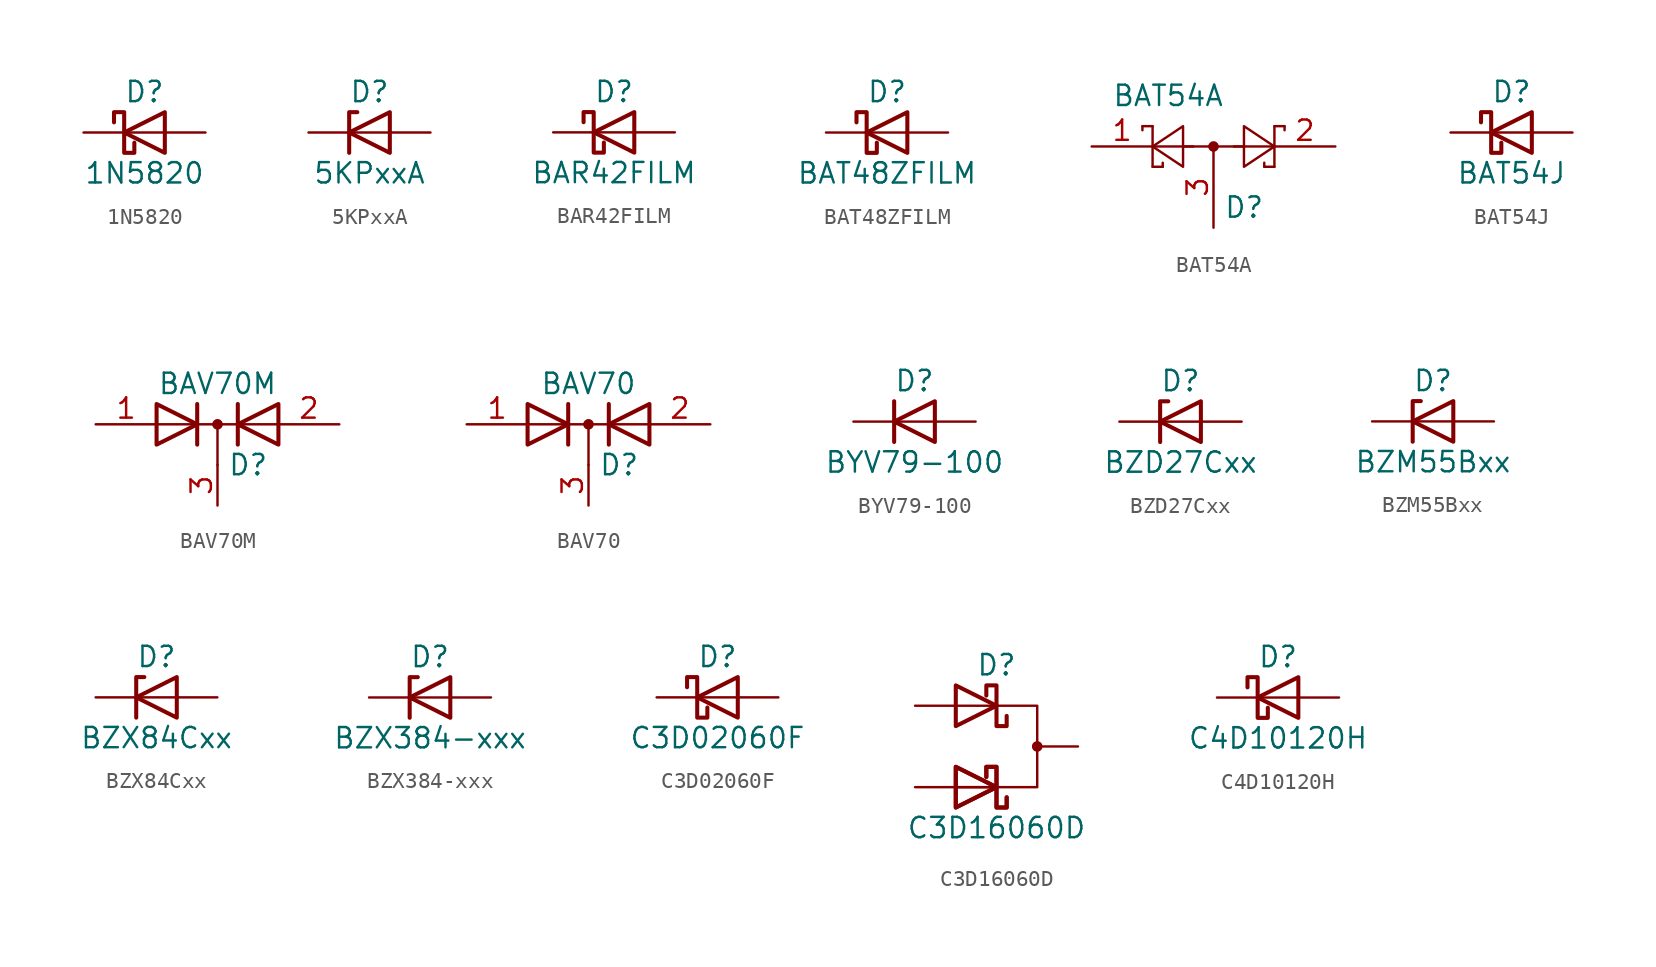
<source format=kicad_sym>
(kicad_symbol_lib
  (version 20201005)
  (generator kicad_symbol_editor)
  (symbol "1N5820"
    (pin_numbers hide)
    (pin_names
      (offset 1.016) hide)
    (property "Reference" "D"
      (at 0 2.54 0)
      (effects (font (size 1.27 1.27))))
    (property "Value" "1N5820"
      (at 0 -2.54 0)
      (effects (font (size 1.27 1.27))))
    (symbol "1N5820_0_1"
      (polyline (pts (xy 1.27 0) (xy -1.27 0)) (stroke (width 0)) (fill (type none)))
      (polyline (pts (xy 1.27 1.27) (xy 1.27 -1.27) (xy -1.27 0) (xy 1.27 1.27)) (stroke (width 0.254)) (fill (type none)))
      (polyline (pts (xy -1.905 0.635) (xy -1.905 1.27) (xy -1.27 1.27) (xy -1.27 -1.27) (xy -0.635 -1.27) (xy -0.635 -0.635)) (stroke (width 0.254)) (fill (type none))))
    (symbol "1N5820_1_1"
      (pin passive line (at -3.81 0 0) (length 2.54) (name "K" (effects (font (size 1.27 1.27)))) (number "1" (effects (font (size 1.27 1.27)))))
      (pin passive line (at 3.81 0 180) (length 2.54) (name "A" (effects (font (size 1.27 1.27)))) (number "2" (effects (font (size 1.27 1.27)))))))
  (symbol "5KPxxA"
    (pin_numbers hide)
    (pin_names
      (offset 1.016) hide)
    (property "Reference" "D"
      (at 0 2.54 0)
      (effects (font (size 1.27 1.27))))
    (property "Value" "5KPxxA"
      (at 0 -2.54 0)
      (effects (font (size 1.27 1.27))))
    (symbol "5KPxxA_0_1"
      (polyline (pts (xy 1.27 0) (xy -1.27 0)) (stroke (width 0)) (fill (type none)))
      (polyline (pts (xy -0.762 1.27) (xy -1.27 1.27) (xy -1.27 -1.27)) (stroke (width 0.254)) (fill (type none)))
      (polyline (pts (xy 1.27 1.27) (xy 1.27 -1.27) (xy -1.27 0) (xy 1.27 1.27)) (stroke (width 0.254)) (fill (type none))))
    (symbol "5KPxxA_1_1"
      (pin passive line (at -3.81 0 0) (length 2.54) (name "A1" (effects (font (size 1.27 1.27)))) (number "1" (effects (font (size 1.27 1.27)))))
      (pin passive line (at 3.81 0 180) (length 2.54) (name "A2" (effects (font (size 1.27 1.27)))) (number "2" (effects (font (size 1.27 1.27)))))))
  (symbol "BAR42FILM"
    (pin_numbers hide)
    (pin_names
      (offset 1.016) hide)
    (property "Reference" "D"
      (at 0 2.54 0)
      (effects (font (size 1.27 1.27))))
    (property "Value" "BAR42FILM"
      (at 0 -2.54 0)
      (effects (font (size 1.27 1.27))))
    (symbol "BAR42FILM_0_1"
      (polyline (pts (xy 1.27 0) (xy -1.27 0)) (stroke (width 0)) (fill (type none)))
      (polyline (pts (xy 1.27 1.27) (xy 1.27 -1.27) (xy -1.27 0) (xy 1.27 1.27)) (stroke (width 0.254)) (fill (type none)))
      (polyline (pts (xy -1.905 0.635) (xy -1.905 1.27) (xy -1.27 1.27) (xy -1.27 -1.27) (xy -0.635 -1.27) (xy -0.635 -0.635)) (stroke (width 0.254)) (fill (type none))))
    (symbol "BAR42FILM_1_1"
      (pin passive line (at 3.81 0 180) (length 2.54) (name "A" (effects (font (size 1.27 1.27)))) (number "1" (effects (font (size 1.27 1.27)))))
      (pin no_connect line (at 3.81 2.54 180) (length 2.54) hide (name "NC" (effects (font (size 1.27 1.27)))) (number "2" (effects (font (size 1.27 1.27)))))
      (pin passive line (at -3.81 0 0) (length 2.54) (name "K" (effects (font (size 1.27 1.27)))) (number "3" (effects (font (size 1.27 1.27)))))))
  (symbol "BAT48ZFILM"
    (pin_numbers hide)
    (pin_names
      (offset 1.016) hide)
    (property "Reference" "D"
      (at 0 2.54 0)
      (effects (font (size 1.27 1.27))))
    (property "Value" "BAT48ZFILM"
      (at 0 -2.54 0)
      (effects (font (size 1.27 1.27))))
    (symbol "BAT48ZFILM_0_1"
      (polyline (pts (xy 1.27 0) (xy -1.27 0)) (stroke (width 0)) (fill (type none)))
      (polyline (pts (xy 1.27 1.27) (xy 1.27 -1.27) (xy -1.27 0) (xy 1.27 1.27)) (stroke (width 0.254)) (fill (type none)))
      (polyline (pts (xy -1.905 0.635) (xy -1.905 1.27) (xy -1.27 1.27) (xy -1.27 -1.27) (xy -0.635 -1.27) (xy -0.635 -0.635)) (stroke (width 0.254)) (fill (type none))))
    (symbol "BAT48ZFILM_1_1"
      (pin passive line (at -3.81 0 0) (length 2.54) (name "K" (effects (font (size 1.27 1.27)))) (number "1" (effects (font (size 1.27 1.27)))))
      (pin passive line (at 3.81 0 180) (length 2.54) (name "A" (effects (font (size 1.27 1.27)))) (number "2" (effects (font (size 1.27 1.27)))))))
  (symbol "BAT54A"
    (pin_names
      (offset 1.016))
    (property "Reference" "D"
      (at 0.635 -3.81 0)
      (effects (font (size 1.27 1.27)) (justify left)))
    (property "Value" "BAT54A"
      (at -6.35 3.175 0)
      (effects (font (size 1.27 1.27)) (justify left)))
    (symbol "BAT54A_0_1"
      (circle (center 0 0) (radius 0.254) (stroke (width 0)) (fill (type outline)))
      (polyline (pts (xy -4.445 1.27) (xy -4.445 1.016)) (stroke (width 0)) (fill (type none)))
      (polyline (pts (xy -3.81 -1.27) (xy -3.81 1.27)) (stroke (width 0)) (fill (type none)))
      (polyline (pts (xy -3.81 -1.27) (xy -3.175 -1.27)) (stroke (width 0)) (fill (type none)))
      (polyline (pts (xy -3.81 0) (xy -1.27 0)) (stroke (width 0)) (fill (type none)))
      (polyline (pts (xy -3.81 1.27) (xy -4.445 1.27)) (stroke (width 0)) (fill (type none)))
      (polyline (pts (xy -3.175 -1.27) (xy -3.175 -1.016)) (stroke (width 0)) (fill (type none)))
      (polyline (pts (xy -1.905 0) (xy 1.905 0)) (stroke (width 0)) (fill (type none)))
      (polyline (pts (xy 1.27 0) (xy 3.81 0)) (stroke (width 0)) (fill (type none)))
      (polyline (pts (xy 3.175 -1.27) (xy 3.175 -1.016)) (stroke (width 0)) (fill (type none)))
      (polyline (pts (xy 3.81 -1.27) (xy 3.175 -1.27)) (stroke (width 0)) (fill (type none)))
      (polyline (pts (xy 3.81 -1.27) (xy 3.81 1.27)) (stroke (width 0)) (fill (type none)))
      (polyline (pts (xy 3.81 1.27) (xy 4.445 1.27)) (stroke (width 0)) (fill (type none)))
      (polyline (pts (xy 4.445 1.27) (xy 4.445 1.016)) (stroke (width 0)) (fill (type none)))
      (polyline (pts (xy -1.905 1.27) (xy -1.905 -1.27) (xy -3.81 0) (xy -1.905 1.27)) (stroke (width 0)) (fill (type none)))
      (polyline (pts (xy 1.905 1.27) (xy 1.905 -1.27) (xy 3.81 0) (xy 1.905 1.27)) (stroke (width 0)) (fill (type none))))
    (symbol "BAT54A_1_1"
      (pin passive line (at -7.62 0 0) (length 3.81) (name "~" (effects (font (size 1.27 1.27)))) (number "1" (effects (font (size 1.27 1.27)))))
      (pin passive line (at 7.62 0 180) (length 3.81) (name "~" (effects (font (size 1.27 1.27)))) (number "2" (effects (font (size 1.27 1.27)))))
      (pin passive line (at 0 -5.08 90) (length 5.08) (name "~" (effects (font (size 1.27 1.27)))) (number "3" (effects (font (size 1.27 1.27)))))))
  (symbol "BAT54J"
    (pin_numbers hide)
    (pin_names hide)
    (property "Reference" "D"
      (at 0 2.54 0)
      (effects (font (size 1.27 1.27))))
    (property "Value" "BAT54J"
      (at 0 -2.54 0)
      (effects (font (size 1.27 1.27))))
    (symbol "BAT54J_0_1"
      (polyline (pts (xy 1.27 0) (xy -1.27 0)) (stroke (width 0)) (fill (type none)))
      (polyline (pts (xy 1.27 1.27) (xy 1.27 -1.27) (xy -1.27 0) (xy 1.27 1.27)) (stroke (width 0.254)) (fill (type none)))
      (polyline (pts (xy -1.905 0.635) (xy -1.905 1.27) (xy -1.27 1.27) (xy -1.27 -1.27) (xy -0.635 -1.27) (xy -0.635 -0.635)) (stroke (width 0.254)) (fill (type none))))
    (symbol "BAT54J_1_1"
      (pin passive line (at -3.81 0 0) (length 2.54) (name "K" (effects (font (size 1.27 1.27)))) (number "1" (effects (font (size 1.27 1.27)))))
      (pin passive line (at 3.81 0 180) (length 2.54) (name "A" (effects (font (size 1.27 1.27)))) (number "2" (effects (font (size 1.27 1.27)))))))
  (symbol "BAV70M"
    (pin_names
      (offset 0.762) hide)
    (property "Reference" "D"
      (at 0.635 -2.54 0)
      (effects (font (size 1.27 1.27)) (justify left)))
    (property "Value" "BAV70M"
      (at 0 2.54 0)
      (effects (font (size 1.27 1.27))))
    (symbol "BAV70M_0_1"
      (circle (center 0 0) (radius 0.254) (stroke (width 0)) (fill (type outline)))
      (polyline (pts (xy -3.81 0) (xy 3.81 0)) (stroke (width 0)) (fill (type none)))
      (polyline (pts (xy 0 0) (xy 0 -2.54)) (stroke (width 0)) (fill (type none)))
      (polyline (pts (xy -1.27 -1.27) (xy -1.27 1.27) (xy -1.27 1.27)) (stroke (width 0.254)) (fill (type none)))
      (polyline (pts (xy 1.27 -1.27) (xy 1.27 1.27) (xy 1.27 1.27)) (stroke (width 0.254)) (fill (type none)))
      (polyline (pts (xy -3.81 1.27) (xy -1.27 0) (xy -3.81 -1.27) (xy -3.81 1.27) (xy -3.81 1.27) (xy -3.81 1.27)) (stroke (width 0.254)) (fill (type none)))
      (polyline (pts (xy 3.81 -1.27) (xy 1.27 0) (xy 3.81 1.27) (xy 3.81 -1.27) (xy 3.81 -1.27) (xy 3.81 -1.27)) (stroke (width 0.254)) (fill (type none)))
      (pin passive line (at -7.62 0 0) (length 3.81) (name "A" (effects (font (size 1.27 1.27)))) (number "1" (effects (font (size 1.27 1.27)))))
      (pin passive line (at 7.62 0 180) (length 3.81) (name "A" (effects (font (size 1.27 1.27)))) (number "2" (effects (font (size 1.27 1.27)))))
      (pin passive line (at 0 -5.08 90) (length 2.54) (name "K" (effects (font (size 1.27 1.27)))) (number "3" (effects (font (size 1.27 1.27)))))))
  (symbol "BAV70"
    (pin_names
      (offset 0.762) hide)
    (property "Reference" "D"
      (at 0.635 -2.54 0)
      (effects (font (size 1.27 1.27)) (justify left)))
    (property "Value" "BAV70"
      (at 0 2.54 0)
      (effects (font (size 1.27 1.27))))
    (symbol "BAV70_0_1"
      (circle (center 0 0) (radius 0.254) (stroke (width 0)) (fill (type outline)))
      (polyline (pts (xy -3.81 0) (xy 3.81 0)) (stroke (width 0)) (fill (type none)))
      (polyline (pts (xy 0 0) (xy 0 -2.54)) (stroke (width 0)) (fill (type none)))
      (polyline (pts (xy -1.27 -1.27) (xy -1.27 1.27) (xy -1.27 1.27)) (stroke (width 0.254)) (fill (type none)))
      (polyline (pts (xy 1.27 -1.27) (xy 1.27 1.27) (xy 1.27 1.27)) (stroke (width 0.254)) (fill (type none)))
      (polyline (pts (xy -3.81 1.27) (xy -1.27 0) (xy -3.81 -1.27) (xy -3.81 1.27) (xy -3.81 1.27) (xy -3.81 1.27)) (stroke (width 0.254)) (fill (type none)))
      (polyline (pts (xy 3.81 -1.27) (xy 1.27 0) (xy 3.81 1.27) (xy 3.81 -1.27) (xy 3.81 -1.27) (xy 3.81 -1.27)) (stroke (width 0.254)) (fill (type none)))
      (pin passive line (at -7.62 0 0) (length 3.81) (name "A" (effects (font (size 1.27 1.27)))) (number "1" (effects (font (size 1.27 1.27)))))
      (pin passive line (at 7.62 0 180) (length 3.81) (name "A" (effects (font (size 1.27 1.27)))) (number "2" (effects (font (size 1.27 1.27)))))
      (pin passive line (at 0 -5.08 90) (length 2.54) (name "K" (effects (font (size 1.27 1.27)))) (number "3" (effects (font (size 1.27 1.27)))))))
  (symbol "BYV79-100"
    (pin_numbers hide)
    (pin_names
      (offset 1.016) hide)
    (property "Reference" "D"
      (at 0 2.54 0)
      (effects (font (size 1.27 1.27))))
    (property "Value" "BYV79-100"
      (at 0 -2.54 0)
      (effects (font (size 1.27 1.27))))
    (symbol "BYV79-100_0_1"
      (polyline (pts (xy -1.27 1.27) (xy -1.27 -1.27)) (stroke (width 0.254)) (fill (type none)))
      (polyline (pts (xy 1.27 0) (xy -1.27 0)) (stroke (width 0)) (fill (type none)))
      (polyline (pts (xy 1.27 1.27) (xy 1.27 -1.27) (xy -1.27 0) (xy 1.27 1.27)) (stroke (width 0.254)) (fill (type none))))
    (symbol "BYV79-100_1_1"
      (pin passive line (at -3.81 0 0) (length 2.54) (name "K" (effects (font (size 1.27 1.27)))) (number "1" (effects (font (size 1.27 1.27)))))
      (pin passive line (at 3.81 0 180) (length 2.54) (name "A" (effects (font (size 1.27 1.27)))) (number "2" (effects (font (size 1.27 1.27)))))))
  (symbol "BZD27Cxx"
    (pin_numbers hide)
    (pin_names hide)
    (property "Reference" "D"
      (at 0 2.54 0)
      (effects (font (size 1.27 1.27))))
    (property "Value" "BZD27Cxx"
      (at 0 -2.54 0)
      (effects (font (size 1.27 1.27))))
    (symbol "BZD27Cxx_0_1"
      (polyline (pts (xy 1.27 0) (xy -1.27 0)) (stroke (width 0)) (fill (type none)))
      (polyline (pts (xy -1.27 -1.27) (xy -1.27 1.27) (xy -0.762 1.27)) (stroke (width 0.254)) (fill (type none)))
      (polyline (pts (xy 1.27 -1.27) (xy 1.27 1.27) (xy -1.27 0) (xy 1.27 -1.27)) (stroke (width 0.254)) (fill (type none))))
    (symbol "BZD27Cxx_1_1"
      (pin passive line (at -3.81 0 0) (length 2.54) (name "K" (effects (font (size 1.27 1.27)))) (number "1" (effects (font (size 1.27 1.27)))))
      (pin passive line (at 3.81 0 180) (length 2.54) (name "A" (effects (font (size 1.27 1.27)))) (number "2" (effects (font (size 1.27 1.27)))))))
  (symbol "BZM55Bxx"
    (pin_numbers hide)
    (pin_names hide)
    (property "Reference" "D"
      (at 0 2.54 0)
      (effects (font (size 1.27 1.27))))
    (property "Value" "BZM55Bxx"
      (at 0 -2.54 0)
      (effects (font (size 1.27 1.27))))
    (symbol "BZM55Bxx_0_1"
      (polyline (pts (xy 1.27 0) (xy -1.27 0)) (stroke (width 0)) (fill (type none)))
      (polyline (pts (xy -1.27 -1.27) (xy -1.27 1.27) (xy -0.762 1.27)) (stroke (width 0.254)) (fill (type none)))
      (polyline (pts (xy 1.27 -1.27) (xy 1.27 1.27) (xy -1.27 0) (xy 1.27 -1.27)) (stroke (width 0.254)) (fill (type none))))
    (symbol "BZM55Bxx_1_1"
      (pin passive line (at -3.81 0 0) (length 2.54) (name "K" (effects (font (size 1.27 1.27)))) (number "1" (effects (font (size 1.27 1.27)))))
      (pin passive line (at 3.81 0 180) (length 2.54) (name "A" (effects (font (size 1.27 1.27)))) (number "2" (effects (font (size 1.27 1.27)))))))
  (symbol "BZX84Cxx"
    (pin_numbers hide)
    (pin_names
      (offset 1.016) hide)
    (property "Reference" "D"
      (at 0 2.54 0)
      (effects (font (size 1.27 1.27))))
    (property "Value" "BZX84Cxx"
      (at 0 -2.54 0)
      (effects (font (size 1.27 1.27))))
    (symbol "BZX84Cxx_0_1"
      (polyline (pts (xy 1.27 0) (xy -1.27 0)) (stroke (width 0)) (fill (type none)))
      (polyline (pts (xy -1.27 -1.27) (xy -1.27 1.27) (xy -0.762 1.27)) (stroke (width 0.254)) (fill (type none)))
      (polyline (pts (xy 1.27 -1.27) (xy 1.27 1.27) (xy -1.27 0) (xy 1.27 -1.27)) (stroke (width 0.254)) (fill (type none))))
    (symbol "BZX84Cxx_1_1"
      (pin passive line (at -3.81 0 0) (length 2.54) (name "K" (effects (font (size 1.27 1.27)))) (number "1" (effects (font (size 1.27 1.27)))))
      (pin passive line (at 3.81 0 180) (length 2.54) (name "A" (effects (font (size 1.27 1.27)))) (number "2" (effects (font (size 1.27 1.27)))))))
  (symbol "BZX384-xxx"
    (pin_numbers hide)
    (pin_names hide)
    (property "Reference" "D"
      (at 0 2.54 0)
      (effects (font (size 1.27 1.27))))
    (property "Value" "BZX384-xxx"
      (at 0 -2.54 0)
      (effects (font (size 1.27 1.27))))
    (symbol "BZX384-xxx_0_1"
      (polyline (pts (xy 1.27 0) (xy -1.27 0)) (stroke (width 0)) (fill (type none)))
      (polyline (pts (xy -1.27 -1.27) (xy -1.27 1.27) (xy -0.762 1.27)) (stroke (width 0.254)) (fill (type none)))
      (polyline (pts (xy 1.27 -1.27) (xy 1.27 1.27) (xy -1.27 0) (xy 1.27 -1.27)) (stroke (width 0.254)) (fill (type none))))
    (symbol "BZX384-xxx_1_1"
      (pin passive line (at -3.81 0 0) (length 2.54) (name "K" (effects (font (size 1.27 1.27)))) (number "1" (effects (font (size 1.27 1.27)))))
      (pin passive line (at 3.81 0 180) (length 2.54) (name "A" (effects (font (size 1.27 1.27)))) (number "2" (effects (font (size 1.27 1.27)))))))
  (symbol "C3D02060F"
    (pin_numbers hide)
    (pin_names
      (offset 1.016) hide)
    (property "Reference" "D"
      (at 0 2.54 0)
      (effects (font (size 1.27 1.27))))
    (property "Value" "C3D02060F"
      (at 0 -2.54 0)
      (effects (font (size 1.27 1.27))))
    (symbol "C3D02060F_0_1"
      (polyline (pts (xy 1.27 0) (xy -1.27 0)) (stroke (width 0)) (fill (type none)))
      (polyline (pts (xy 1.27 1.27) (xy 1.27 -1.27) (xy -1.27 0) (xy 1.27 1.27)) (stroke (width 0.254)) (fill (type none)))
      (polyline (pts (xy -1.905 0.635) (xy -1.905 1.27) (xy -1.27 1.27) (xy -1.27 -1.27) (xy -0.635 -1.27) (xy -0.635 -0.635)) (stroke (width 0.254)) (fill (type none))))
    (symbol "C3D02060F_1_1"
      (pin passive line (at -3.81 0 0) (length 2.54) (name "K" (effects (font (size 1.27 1.27)))) (number "1" (effects (font (size 1.27 1.27)))))
      (pin passive line (at 3.81 0 180) (length 2.54) (name "A" (effects (font (size 1.27 1.27)))) (number "2" (effects (font (size 1.27 1.27)))))))
  (symbol "C3D16060D"
    (pin_numbers hide)
    (pin_names
      (offset 1.016) hide)
    (property "Reference" "D"
      (at 0 5.08 0)
      (effects (font (size 1.27 1.27))))
    (property "Value" "C3D16060D"
      (at 0 -5.08 0)
      (effects (font (size 1.27 1.27))))
    (symbol "C3D16060D_0_1"
      (circle (center 2.54 0) (radius 0.254) (stroke (width 0)) (fill (type outline)))
      (polyline (pts (xy -2.54 -2.54) (xy 0 -2.54)) (stroke (width 0)) (fill (type none)))
      (polyline (pts (xy -2.54 -2.54) (xy 0 -2.54)) (stroke (width 0)) (fill (type none)))
      (polyline (pts (xy -2.54 2.54) (xy 0 2.54)) (stroke (width 0)) (fill (type none)))
      (polyline (pts (xy -2.54 -3.81) (xy -2.54 -1.27) (xy 0 -2.54) (xy -2.54 -3.81)) (stroke (width 0.254)) (fill (type none)))
      (polyline (pts (xy -2.54 -3.81) (xy -2.54 -1.27) (xy 0 -2.54) (xy -2.54 -3.81)) (stroke (width 0.254)) (fill (type none)))
      (polyline (pts (xy -2.54 1.27) (xy -2.54 3.81) (xy 0 2.54) (xy -2.54 1.27)) (stroke (width 0.254)) (fill (type none)))
      (polyline (pts (xy 0 2.54) (xy 2.54 2.54) (xy 2.54 -2.54) (xy 0 -2.54)) (stroke (width 0)) (fill (type none)))
      (polyline (pts (xy 0.635 -3.175) (xy 0.635 -3.81) (xy 0 -3.81) (xy 0 -1.27) (xy -0.635 -1.27) (xy -0.635 -1.905)) (stroke (width 0.254)) (fill (type none)))
      (polyline (pts (xy 0.635 -3.175) (xy 0.635 -3.81) (xy 0 -3.81) (xy 0 -1.27) (xy -0.635 -1.27) (xy -0.635 -1.905)) (stroke (width 0.254)) (fill (type none)))
      (polyline (pts (xy 0.635 1.905) (xy 0.635 1.27) (xy 0 1.27) (xy 0 3.81) (xy -0.635 3.81) (xy -0.635 3.175)) (stroke (width 0.254)) (fill (type none))))
    (symbol "C3D16060D_1_1"
      (pin passive line (at -5.08 2.54 0) (length 2.54) (name "A1" (effects (font (size 1.27 1.27)))) (number "1" (effects (font (size 1.27 1.27)))))
      (pin passive line (at 5.08 0 180) (length 2.54) (name "K" (effects (font (size 1.27 1.27)))) (number "2" (effects (font (size 1.27 1.27)))))
      (pin passive line (at -5.08 -2.54 0) (length 2.54) (name "A2" (effects (font (size 1.27 1.27)))) (number "3" (effects (font (size 1.27 1.27)))))))
  (symbol "C4D10120H"
    (pin_numbers hide)
    (pin_names
      (offset 1.016) hide)
    (property "Reference" "D"
      (at 0 2.54 0)
      (effects (font (size 1.27 1.27))))
    (property "Value" "C4D10120H"
      (at 0 -2.54 0)
      (effects (font (size 1.27 1.27))))
    (symbol "C4D10120H_0_1"
      (polyline (pts (xy 1.27 0) (xy -1.27 0)) (stroke (width 0)) (fill (type none)))
      (polyline (pts (xy 1.27 1.27) (xy 1.27 -1.27) (xy -1.27 0) (xy 1.27 1.27)) (stroke (width 0.254)) (fill (type none)))
      (polyline (pts (xy -1.905 0.635) (xy -1.905 1.27) (xy -1.27 1.27) (xy -1.27 -1.27) (xy -0.635 -1.27) (xy -0.635 -0.635)) (stroke (width 0.254)) (fill (type none))))
    (symbol "C4D10120H_1_1"
      (pin passive line (at -3.81 0 0) (length 2.54) (name "K" (effects (font (size 1.27 1.27)))) (number "1" (effects (font (size 1.27 1.27)))))
      (pin passive line (at 3.81 0 180) (length 2.54) (name "A" (effects (font (size 1.27 1.27)))) (number "2" (effects (font (size 1.27 1.27))))))))
</source>
